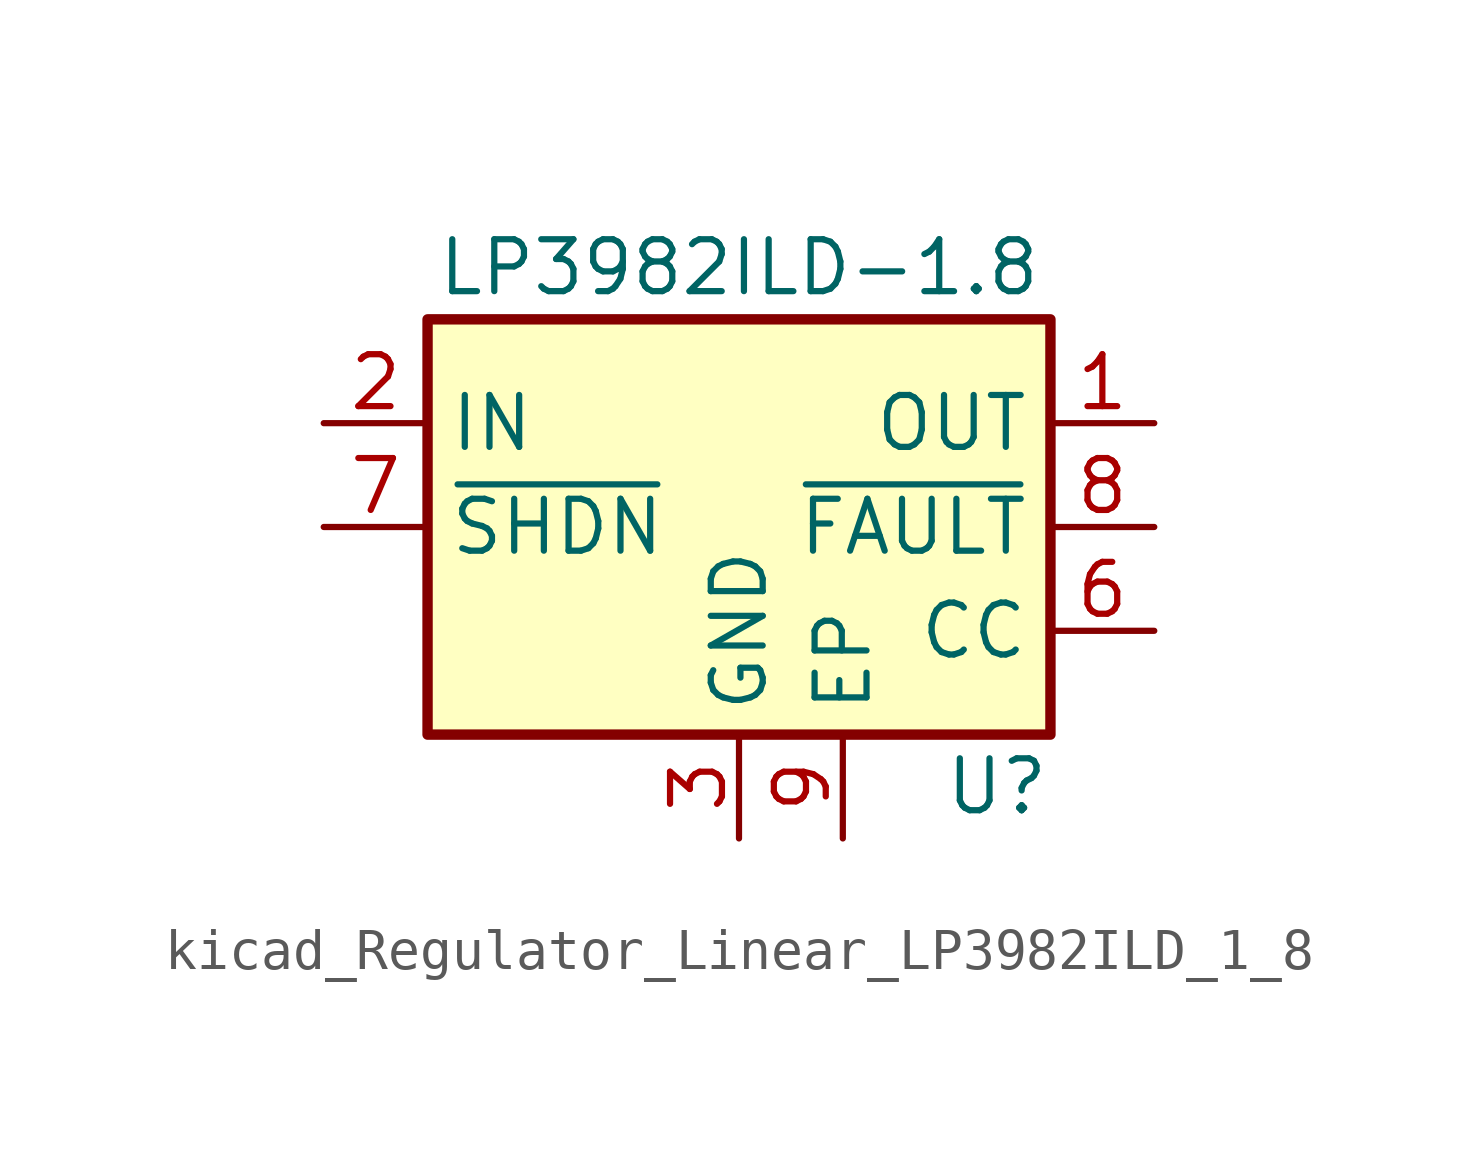
<source format=kicad_sym>
(kicad_symbol_lib
  (version 20220914)
  (generator kicad_symbol_editor)
  (symbol "kicad_Regulator_Linear_LP3982ILD_1_8"
    (property "Reference" "U"
      (at 7.62 -6.35 0)
      (effects (font (size 1.27 1.27)) (justify right)))
    (property "Value" "LP3982ILD-1.8"
      (at 0 6.35 0)
      (effects (font (size 1.27 1.27))))
    (symbol "kicad_Regulator_Linear_LP3982ILD_1_8_0_1"
      (rectangle (start -7.62 5.08) (end 7.62 -5.08) (stroke (width 0.254) (type default)) (fill (type background))))
    (symbol "kicad_Regulator_Linear_LP3982ILD_1_8_1_1"
      (pin power_out line (at 10.16 2.54 180) (length 2.54) (name "OUT" (effects (font (size 1.27 1.27)))) (number "1" (effects (font (size 1.27 1.27)))))
      (pin power_in line (at -10.16 2.54 0) (length 2.54) (name "IN" (effects (font (size 1.27 1.27)))) (number "2" (effects (font (size 1.27 1.27)))))
      (pin power_in line (at 0 -7.62 90) (length 2.54) (name "GND" (effects (font (size 1.27 1.27)))) (number "3" (effects (font (size 1.27 1.27)))))
      (pin passive line (at 10.16 2.54 180) (length 2.54) hide (name "OUT" (effects (font (size 1.27 1.27)))) (number "4" (effects (font (size 1.27 1.27)))))
      (pin no_connect line (at -7.62 -2.54 0) (length 2.54) hide (name "NC" (effects (font (size 1.27 1.27)))) (number "5" (effects (font (size 1.27 1.27)))))
      (pin passive line (at 10.16 -2.54 180) (length 2.54) (name "CC" (effects (font (size 1.27 1.27)))) (number "6" (effects (font (size 1.27 1.27)))))
      (pin input line (at -10.16 0 0) (length 2.54) (name "~{SHDN}" (effects (font (size 1.27 1.27)))) (number "7" (effects (font (size 1.27 1.27)))))
      (pin open_collector line (at 10.16 0 180) (length 2.54) (name "~{FAULT}" (effects (font (size 1.27 1.27)))) (number "8" (effects (font (size 1.27 1.27)))))
      (pin passive line (at 2.54 -7.62 90) (length 2.54) (name "EP" (effects (font (size 1.27 1.27)))) (number "9" (effects (font (size 1.27 1.27))))))))
</source>
